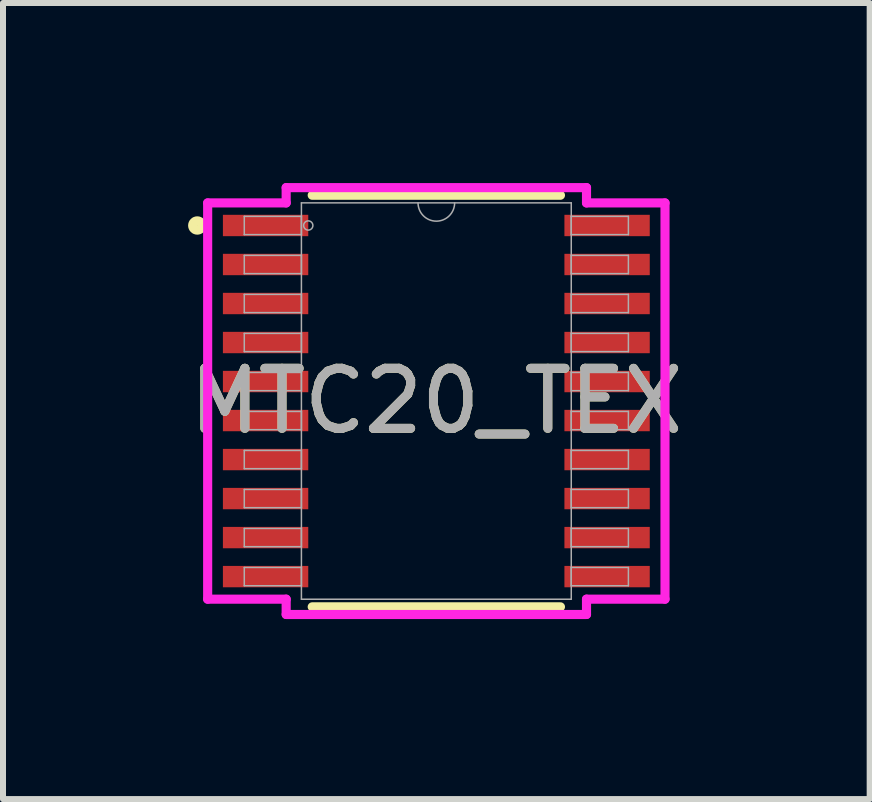
<source format=kicad_pcb>
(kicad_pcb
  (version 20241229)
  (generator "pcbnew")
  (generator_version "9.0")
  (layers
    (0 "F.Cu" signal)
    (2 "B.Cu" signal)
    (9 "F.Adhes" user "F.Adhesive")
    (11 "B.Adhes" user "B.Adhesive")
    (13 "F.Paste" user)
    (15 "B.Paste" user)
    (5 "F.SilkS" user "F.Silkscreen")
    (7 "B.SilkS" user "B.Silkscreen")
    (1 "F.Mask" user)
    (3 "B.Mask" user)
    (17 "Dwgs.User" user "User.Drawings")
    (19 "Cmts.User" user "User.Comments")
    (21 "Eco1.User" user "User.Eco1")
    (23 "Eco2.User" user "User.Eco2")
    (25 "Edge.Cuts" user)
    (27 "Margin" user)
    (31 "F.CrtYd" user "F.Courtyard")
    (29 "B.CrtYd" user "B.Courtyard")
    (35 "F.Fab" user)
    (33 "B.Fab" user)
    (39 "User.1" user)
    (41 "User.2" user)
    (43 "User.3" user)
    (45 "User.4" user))
  (footprint "MTC20_TEX"
    (layer "F.Cu")
    (at 4.22 3.632)
    (property "Reference" "MTC20_TEX" (at 0 0 0) (unlocked yes) (layer "F.SilkS") (effects (font (size 1 1) (thickness 0.15))))
    (attr smd)
    (fp_line (start -2.068 3.429) (end 2.068 3.429) (stroke (width 0.152) (type solid)) (layer "F.SilkS"))
    (fp_line (start 2.068 -3.429) (end -2.068 -3.429) (stroke (width 0.152) (type solid)) (layer "F.SilkS"))
    (fp_circle (center -3.983 -2.925) (end -3.906 -2.925) (stroke (width 0.152) (type solid)) (fill no) (layer "F.SilkS"))
    (fp_line (start -3.81 -3.301) (end -2.502 -3.301) (stroke (width 0.152) (type solid)) (layer "F.CrtYd"))
    (fp_line (start -3.81 3.301) (end -3.81 -3.301) (stroke (width 0.152) (type solid)) (layer "F.CrtYd"))
    (fp_line (start -3.81 3.301) (end -2.502 3.301) (stroke (width 0.152) (type solid)) (layer "F.CrtYd"))
    (fp_line (start -2.502 -3.556) (end 2.502 -3.556) (stroke (width 0.152) (type solid)) (layer "F.CrtYd"))
    (fp_line (start -2.502 -3.301) (end -2.502 -3.556) (stroke (width 0.152) (type solid)) (layer "F.CrtYd"))
    (fp_line (start -2.502 3.556) (end -2.502 3.301) (stroke (width 0.152) (type solid)) (layer "F.CrtYd"))
    (fp_line (start 2.502 -3.556) (end 2.502 -3.301) (stroke (width 0.152) (type solid)) (layer "F.CrtYd"))
    (fp_line (start 2.502 3.301) (end 2.502 3.556) (stroke (width 0.152) (type solid)) (layer "F.CrtYd"))
    (fp_line (start 2.502 3.556) (end -2.502 3.556) (stroke (width 0.152) (type solid)) (layer "F.CrtYd"))
    (fp_line (start 3.81 -3.301) (end 2.502 -3.301) (stroke (width 0.152) (type solid)) (layer "F.CrtYd"))
    (fp_line (start 3.81 -3.301) (end 3.81 3.301) (stroke (width 0.152) (type solid)) (layer "F.CrtYd"))
    (fp_line (start 3.81 3.301) (end 2.502 3.301) (stroke (width 0.152) (type solid)) (layer "F.CrtYd"))
    (fp_line (start -3.2 -3.077) (end -3.2 -2.773) (stroke (width 0.025) (type solid)) (layer "F.Fab"))
    (fp_line (start -3.2 -2.773) (end -2.248 -2.773) (stroke (width 0.025) (type solid)) (layer "F.Fab"))
    (fp_line (start -3.2 -2.427) (end -3.2 -2.123) (stroke (width 0.025) (type solid)) (layer "F.Fab"))
    (fp_line (start -3.2 -2.123) (end -2.248 -2.123) (stroke (width 0.025) (type solid)) (layer "F.Fab"))
    (fp_line (start -3.2 -1.777) (end -3.2 -1.473) (stroke (width 0.025) (type solid)) (layer "F.Fab"))
    (fp_line (start -3.2 -1.473) (end -2.248 -1.473) (stroke (width 0.025) (type solid)) (layer "F.Fab"))
    (fp_line (start -3.2 -1.127) (end -3.2 -0.823) (stroke (width 0.025) (type solid)) (layer "F.Fab"))
    (fp_line (start -3.2 -0.823) (end -2.248 -0.823) (stroke (width 0.025) (type solid)) (layer "F.Fab"))
    (fp_line (start -3.2 -0.477) (end -3.2 -0.173) (stroke (width 0.025) (type solid)) (layer "F.Fab"))
    (fp_line (start -3.2 -0.173) (end -2.248 -0.173) (stroke (width 0.025) (type solid)) (layer "F.Fab"))
    (fp_line (start -3.2 0.173) (end -3.2 0.477) (stroke (width 0.025) (type solid)) (layer "F.Fab"))
    (fp_line (start -3.2 0.477) (end -2.248 0.477) (stroke (width 0.025) (type solid)) (layer "F.Fab"))
    (fp_line (start -3.2 0.823) (end -3.2 1.127) (stroke (width 0.025) (type solid)) (layer "F.Fab"))
    (fp_line (start -3.2 1.127) (end -2.248 1.127) (stroke (width 0.025) (type solid)) (layer "F.Fab"))
    (fp_line (start -3.2 1.473) (end -3.2 1.777) (stroke (width 0.025) (type solid)) (layer "F.Fab"))
    (fp_line (start -3.2 1.777) (end -2.248 1.777) (stroke (width 0.025) (type solid)) (layer "F.Fab"))
    (fp_line (start -3.2 2.123) (end -3.2 2.427) (stroke (width 0.025) (type solid)) (layer "F.Fab"))
    (fp_line (start -3.2 2.427) (end -2.248 2.427) (stroke (width 0.025) (type solid)) (layer "F.Fab"))
    (fp_line (start -3.2 2.773) (end -3.2 3.077) (stroke (width 0.025) (type solid)) (layer "F.Fab"))
    (fp_line (start -3.2 3.077) (end -2.248 3.077) (stroke (width 0.025) (type solid)) (layer "F.Fab"))
    (fp_line (start -2.248 -3.302) (end -2.248 3.302) (stroke (width 0.025) (type solid)) (layer "F.Fab"))
    (fp_line (start -2.248 -3.077) (end -3.2 -3.077) (stroke (width 0.025) (type solid)) (layer "F.Fab"))
    (fp_line (start -2.248 -2.773) (end -2.248 -3.077) (stroke (width 0.025) (type solid)) (layer "F.Fab"))
    (fp_line (start -2.248 -2.427) (end -3.2 -2.427) (stroke (width 0.025) (type solid)) (layer "F.Fab"))
    (fp_line (start -2.248 -2.123) (end -2.248 -2.427) (stroke (width 0.025) (type solid)) (layer "F.Fab"))
    (fp_line (start -2.248 -1.777) (end -3.2 -1.777) (stroke (width 0.025) (type solid)) (layer "F.Fab"))
    (fp_line (start -2.248 -1.473) (end -2.248 -1.777) (stroke (width 0.025) (type solid)) (layer "F.Fab"))
    (fp_line (start -2.248 -1.127) (end -3.2 -1.127) (stroke (width 0.025) (type solid)) (layer "F.Fab"))
    (fp_line (start -2.248 -0.823) (end -2.248 -1.127) (stroke (width 0.025) (type solid)) (layer "F.Fab"))
    (fp_line (start -2.248 -0.477) (end -3.2 -0.477) (stroke (width 0.025) (type solid)) (layer "F.Fab"))
    (fp_line (start -2.248 -0.173) (end -2.248 -0.477) (stroke (width 0.025) (type solid)) (layer "F.Fab"))
    (fp_line (start -2.248 0.173) (end -3.2 0.173) (stroke (width 0.025) (type solid)) (layer "F.Fab"))
    (fp_line (start -2.248 0.477) (end -2.248 0.173) (stroke (width 0.025) (type solid)) (layer "F.Fab"))
    (fp_line (start -2.248 0.823) (end -3.2 0.823) (stroke (width 0.025) (type solid)) (layer "F.Fab"))
    (fp_line (start -2.248 1.127) (end -2.248 0.823) (stroke (width 0.025) (type solid)) (layer "F.Fab"))
    (fp_line (start -2.248 1.473) (end -3.2 1.473) (stroke (width 0.025) (type solid)) (layer "F.Fab"))
    (fp_line (start -2.248 1.777) (end -2.248 1.473) (stroke (width 0.025) (type solid)) (layer "F.Fab"))
    (fp_line (start -2.248 2.123) (end -3.2 2.123) (stroke (width 0.025) (type solid)) (layer "F.Fab"))
    (fp_line (start -2.248 2.427) (end -2.248 2.123) (stroke (width 0.025) (type solid)) (layer "F.Fab"))
    (fp_line (start -2.248 2.773) (end -3.2 2.773) (stroke (width 0.025) (type solid)) (layer "F.Fab"))
    (fp_line (start -2.248 3.077) (end -2.248 2.773) (stroke (width 0.025) (type solid)) (layer "F.Fab"))
    (fp_line (start -2.248 3.302) (end 2.248 3.302) (stroke (width 0.025) (type solid)) (layer "F.Fab"))
    (fp_line (start 2.248 -3.302) (end -2.248 -3.302) (stroke (width 0.025) (type solid)) (layer "F.Fab"))
    (fp_line (start 2.248 -3.077) (end 2.248 -2.773) (stroke (width 0.025) (type solid)) (layer "F.Fab"))
    (fp_line (start 2.248 -2.773) (end 3.2 -2.773) (stroke (width 0.025) (type solid)) (layer "F.Fab"))
    (fp_line (start 2.248 -2.427) (end 2.248 -2.123) (stroke (width 0.025) (type solid)) (layer "F.Fab"))
    (fp_line (start 2.248 -2.123) (end 3.2 -2.123) (stroke (width 0.025) (type solid)) (layer "F.Fab"))
    (fp_line (start 2.248 -1.777) (end 2.248 -1.473) (stroke (width 0.025) (type solid)) (layer "F.Fab"))
    (fp_line (start 2.248 -1.473) (end 3.2 -1.473) (stroke (width 0.025) (type solid)) (layer "F.Fab"))
    (fp_line (start 2.248 -1.127) (end 2.248 -0.823) (stroke (width 0.025) (type solid)) (layer "F.Fab"))
    (fp_line (start 2.248 -0.823) (end 3.2 -0.823) (stroke (width 0.025) (type solid)) (layer "F.Fab"))
    (fp_line (start 2.248 -0.477) (end 2.248 -0.173) (stroke (width 0.025) (type solid)) (layer "F.Fab"))
    (fp_line (start 2.248 -0.173) (end 3.2 -0.173) (stroke (width 0.025) (type solid)) (layer "F.Fab"))
    (fp_line (start 2.248 0.173) (end 2.248 0.477) (stroke (width 0.025) (type solid)) (layer "F.Fab"))
    (fp_line (start 2.248 0.477) (end 3.2 0.477) (stroke (width 0.025) (type solid)) (layer "F.Fab"))
    (fp_line (start 2.248 0.823) (end 2.248 1.127) (stroke (width 0.025) (type solid)) (layer "F.Fab"))
    (fp_line (start 2.248 1.127) (end 3.2 1.127) (stroke (width 0.025) (type solid)) (layer "F.Fab"))
    (fp_line (start 2.248 1.473) (end 2.248 1.777) (stroke (width 0.025) (type solid)) (layer "F.Fab"))
    (fp_line (start 2.248 1.777) (end 3.2 1.777) (stroke (width 0.025) (type solid)) (layer "F.Fab"))
    (fp_line (start 2.248 2.123) (end 2.248 2.427) (stroke (width 0.025) (type solid)) (layer "F.Fab"))
    (fp_line (start 2.248 2.427) (end 3.2 2.427) (stroke (width 0.025) (type solid)) (layer "F.Fab"))
    (fp_line (start 2.248 2.773) (end 2.248 3.077) (stroke (width 0.025) (type solid)) (layer "F.Fab"))
    (fp_line (start 2.248 3.077) (end 3.2 3.077) (stroke (width 0.025) (type solid)) (layer "F.Fab"))
    (fp_line (start 2.248 3.302) (end 2.248 -3.302) (stroke (width 0.025) (type solid)) (layer "F.Fab"))
    (fp_line (start 3.2 -3.077) (end 2.248 -3.077) (stroke (width 0.025) (type solid)) (layer "F.Fab"))
    (fp_line (start 3.2 -2.773) (end 3.2 -3.077) (stroke (width 0.025) (type solid)) (layer "F.Fab"))
    (fp_line (start 3.2 -2.427) (end 2.248 -2.427) (stroke (width 0.025) (type solid)) (layer "F.Fab"))
    (fp_line (start 3.2 -2.123) (end 3.2 -2.427) (stroke (width 0.025) (type solid)) (layer "F.Fab"))
    (fp_line (start 3.2 -1.777) (end 2.248 -1.777) (stroke (width 0.025) (type solid)) (layer "F.Fab"))
    (fp_line (start 3.2 -1.473) (end 3.2 -1.777) (stroke (width 0.025) (type solid)) (layer "F.Fab"))
    (fp_line (start 3.2 -1.127) (end 2.248 -1.127) (stroke (width 0.025) (type solid)) (layer "F.Fab"))
    (fp_line (start 3.2 -0.823) (end 3.2 -1.127) (stroke (width 0.025) (type solid)) (layer "F.Fab"))
    (fp_line (start 3.2 -0.477) (end 2.248 -0.477) (stroke (width 0.025) (type solid)) (layer "F.Fab"))
    (fp_line (start 3.2 -0.173) (end 3.2 -0.477) (stroke (width 0.025) (type solid)) (layer "F.Fab"))
    (fp_line (start 3.2 0.173) (end 2.248 0.173) (stroke (width 0.025) (type solid)) (layer "F.Fab"))
    (fp_line (start 3.2 0.477) (end 3.2 0.173) (stroke (width 0.025) (type solid)) (layer "F.Fab"))
    (fp_line (start 3.2 0.823) (end 2.248 0.823) (stroke (width 0.025) (type solid)) (layer "F.Fab"))
    (fp_line (start 3.2 1.127) (end 3.2 0.823) (stroke (width 0.025) (type solid)) (layer "F.Fab"))
    (fp_line (start 3.2 1.473) (end 2.248 1.473) (stroke (width 0.025) (type solid)) (layer "F.Fab"))
    (fp_line (start 3.2 1.777) (end 3.2 1.473) (stroke (width 0.025) (type solid)) (layer "F.Fab"))
    (fp_line (start 3.2 2.123) (end 2.248 2.123) (stroke (width 0.025) (type solid)) (layer "F.Fab"))
    (fp_line (start 3.2 2.427) (end 3.2 2.123) (stroke (width 0.025) (type solid)) (layer "F.Fab"))
    (fp_line (start 3.2 2.773) (end 2.248 2.773) (stroke (width 0.025) (type solid)) (layer "F.Fab"))
    (fp_line (start 3.2 3.077) (end 3.2 2.773) (stroke (width 0.025) (type solid)) (layer "F.Fab"))
    (fp_arc (start 0.3048 -3.302) (mid 0 -2.9972) (end -0.3048 -3.302) (stroke (width 0.0254) (type solid)) (layer "F.Fab"))
    (fp_circle (center -2.134 -2.925) (end -2.057 -2.925) (stroke (width 0.025) (type solid)) (fill no) (layer "F.Fab"))
    (fp_text user "${REFERENCE}" (at 0 0 0) (unlocked yes) (layer "F.Fab") (effects (font (size 1 1) (thickness 0.15))))
    (pad "1" smd rect (at -2.845 -2.925) (size 1.422 0.356) (layers "F.Cu" "F.Mask" "F.Paste"))
    (pad "2" smd rect (at -2.845 -2.275) (size 1.422 0.356) (layers "F.Cu" "F.Mask" "F.Paste"))
    (pad "3" smd rect (at -2.845 -1.625) (size 1.422 0.356) (layers "F.Cu" "F.Mask" "F.Paste"))
    (pad "4" smd rect (at -2.845 -0.975) (size 1.422 0.356) (layers "F.Cu" "F.Mask" "F.Paste"))
    (pad "5" smd rect (at -2.845 -0.325) (size 1.422 0.356) (layers "F.Cu" "F.Mask" "F.Paste"))
    (pad "6" smd rect (at -2.845 0.325) (size 1.422 0.356) (layers "F.Cu" "F.Mask" "F.Paste"))
    (pad "7" smd rect (at -2.845 0.975) (size 1.422 0.356) (layers "F.Cu" "F.Mask" "F.Paste"))
    (pad "8" smd rect (at -2.845 1.625) (size 1.422 0.356) (layers "F.Cu" "F.Mask" "F.Paste"))
    (pad "9" smd rect (at -2.845 2.275) (size 1.422 0.356) (layers "F.Cu" "F.Mask" "F.Paste"))
    (pad "10" smd rect (at -2.845 2.925) (size 1.422 0.356) (layers "F.Cu" "F.Mask" "F.Paste"))
    (pad "11" smd rect (at 2.845 2.925) (size 1.422 0.356) (layers "F.Cu" "F.Mask" "F.Paste"))
    (pad "12" smd rect (at 2.845 2.275) (size 1.422 0.356) (layers "F.Cu" "F.Mask" "F.Paste"))
    (pad "13" smd rect (at 2.845 1.625) (size 1.422 0.356) (layers "F.Cu" "F.Mask" "F.Paste"))
    (pad "14" smd rect (at 2.845 0.975) (size 1.422 0.356) (layers "F.Cu" "F.Mask" "F.Paste"))
    (pad "15" smd rect (at 2.845 0.325) (size 1.422 0.356) (layers "F.Cu" "F.Mask" "F.Paste"))
    (pad "16" smd rect (at 2.845 -0.325) (size 1.422 0.356) (layers "F.Cu" "F.Mask" "F.Paste"))
    (pad "17" smd rect (at 2.845 -0.975) (size 1.422 0.356) (layers "F.Cu" "F.Mask" "F.Paste"))
    (pad "18" smd rect (at 2.845 -1.625) (size 1.422 0.356) (layers "F.Cu" "F.Mask" "F.Paste"))
    (pad "19" smd rect (at 2.845 -2.275) (size 1.422 0.356) (layers "F.Cu" "F.Mask" "F.Paste"))
    (pad "20" smd rect (at 2.845 -2.925) (size 1.422 0.356) (layers "F.Cu" "F.Mask" "F.Paste")))
  (gr_rect
    (start -3 -3)
    (end 11.44 10.264)
    (stroke (width 0.1) (type default))
    (fill no)
    (layer "Edge.Cuts")))
</source>
